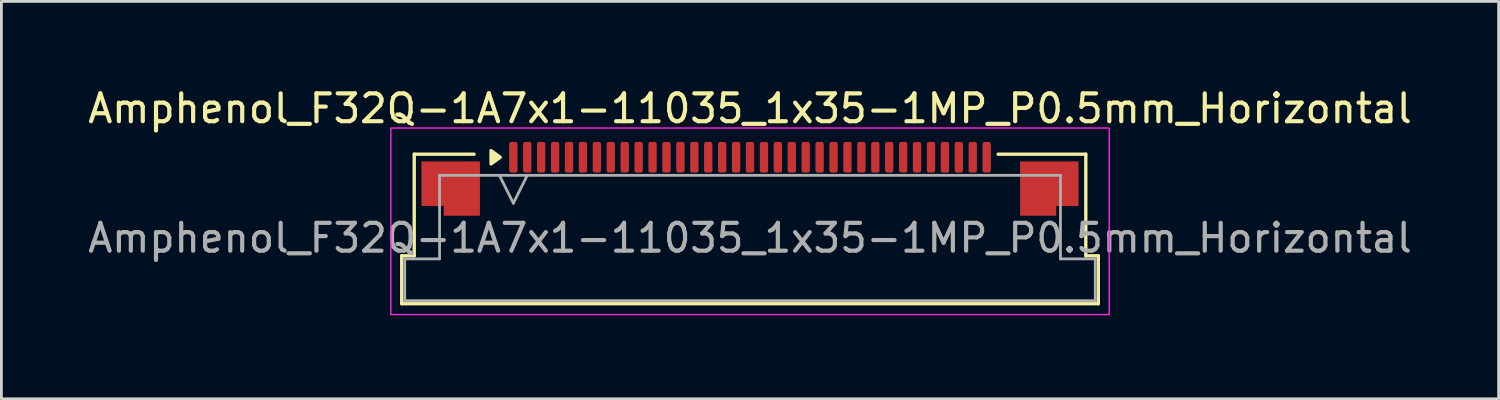
<source format=kicad_pcb>
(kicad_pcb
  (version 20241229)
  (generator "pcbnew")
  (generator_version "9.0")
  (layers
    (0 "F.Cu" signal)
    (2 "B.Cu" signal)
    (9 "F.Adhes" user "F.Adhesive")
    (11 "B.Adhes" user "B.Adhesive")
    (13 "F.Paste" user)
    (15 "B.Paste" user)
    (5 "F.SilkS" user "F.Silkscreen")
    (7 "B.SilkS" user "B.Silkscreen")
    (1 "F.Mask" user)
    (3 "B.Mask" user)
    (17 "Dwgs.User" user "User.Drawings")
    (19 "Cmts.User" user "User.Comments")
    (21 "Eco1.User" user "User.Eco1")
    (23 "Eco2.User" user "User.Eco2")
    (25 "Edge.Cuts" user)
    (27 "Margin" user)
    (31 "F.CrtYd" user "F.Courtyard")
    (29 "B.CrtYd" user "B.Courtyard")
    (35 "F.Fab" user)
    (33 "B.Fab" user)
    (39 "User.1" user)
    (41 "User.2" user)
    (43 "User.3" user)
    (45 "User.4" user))
  (footprint "Amphenol_F32Q-1A7x1-11035_1x35-1MP_P0.5mm_Horizontal"
    (layer "F.Cu")
    (at 23.887 5.498)
    (property "Reference" "Amphenol_F32Q-1A7x1-11035_1x35-1MP_P0.5mm_Horizontal" (at 0 -4.65 0) (layer "F.SilkS") (effects (font (size 1 1) (thickness 0.15))))
    (attr smd)
    (fp_line (start -12.51 0.64) (end -12.06 0.64) (stroke (width 0.12) (type solid)) (layer "F.SilkS"))
    (fp_line (start -12.51 2.36) (end -12.51 0.64) (stroke (width 0.12) (type solid)) (layer "F.SilkS"))
    (fp_line (start -12.06 -3.01) (end -9.91 -3.01) (stroke (width 0.12) (type solid)) (layer "F.SilkS"))
    (fp_line (start -12.06 0.64) (end -12.06 -3.01) (stroke (width 0.12) (type solid)) (layer "F.SilkS"))
    (fp_line (start 8.91 -3.01) (end 12.06 -3.01) (stroke (width 0.12) (type solid)) (layer "F.SilkS"))
    (fp_line (start 12.06 -3.01) (end 12.06 0.64) (stroke (width 0.12) (type solid)) (layer "F.SilkS"))
    (fp_line (start 12.06 0.64) (end 12.51 0.64) (stroke (width 0.12) (type solid)) (layer "F.SilkS"))
    (fp_line (start 12.51 0.64) (end 12.51 2.36) (stroke (width 0.12) (type solid)) (layer "F.SilkS"))
    (fp_line (start 12.51 2.36) (end -12.51 2.36) (stroke (width 0.12) (type solid)) (layer "F.SilkS"))
    (fp_poly (pts (xy -8.97 -2.9) (xy -9.3 -2.66) (xy -9.3 -3.14)) (stroke (width 0.12) (type solid)) (fill yes) (layer "F.SilkS"))
    (fp_rect (start -12.9 -3.95) (end 12.9 2.75) (stroke (width 0.05) (type solid)) (fill no) (layer "F.CrtYd"))
    (fp_line (start -12.4 0.75) (end -11.15 0.75) (stroke (width 0.1) (type solid)) (layer "F.Fab"))
    (fp_line (start -12.4 2.25) (end -12.4 0.75) (stroke (width 0.1) (type solid)) (layer "F.Fab"))
    (fp_line (start -11.15 -2.25) (end 11.15 -2.25) (stroke (width 0.1) (type solid)) (layer "F.Fab"))
    (fp_line (start -11.15 0.75) (end -11.15 -2.25) (stroke (width 0.1) (type solid)) (layer "F.Fab"))
    (fp_line (start -9 -2.25) (end -8.5 -1.25) (stroke (width 0.1) (type solid)) (layer "F.Fab"))
    (fp_line (start -8.5 -1.25) (end -8 -2.25) (stroke (width 0.1) (type solid)) (layer "F.Fab"))
    (fp_line (start 11.15 -2.25) (end 11.15 0.75) (stroke (width 0.1) (type solid)) (layer "F.Fab"))
    (fp_line (start 11.15 0.75) (end 12.4 0.75) (stroke (width 0.1) (type solid)) (layer "F.Fab"))
    (fp_line (start 12.4 0.75) (end 12.4 2.25) (stroke (width 0.1) (type solid)) (layer "F.Fab"))
    (fp_line (start 12.4 2.25) (end -12.4 2.25) (stroke (width 0.1) (type solid)) (layer "F.Fab"))
    (fp_text user "${REFERENCE}" (at 0 0 0) (layer "F.Fab") (effects (font (size 1 1) (thickness 0.15))))
    (pad "1" smd roundrect (at -8.5 -2.9) (size 0.3 1.1) (layers "F.Cu" "F.Mask" "F.Paste") (roundrect_rratio 0.25))
    (pad "2" smd roundrect (at -8 -2.9) (size 0.3 1.1) (layers "F.Cu" "F.Mask" "F.Paste") (roundrect_rratio 0.25))
    (pad "3" smd roundrect (at -7.5 -2.9) (size 0.3 1.1) (layers "F.Cu" "F.Mask" "F.Paste") (roundrect_rratio 0.25))
    (pad "4" smd roundrect (at -7 -2.9) (size 0.3 1.1) (layers "F.Cu" "F.Mask" "F.Paste") (roundrect_rratio 0.25))
    (pad "5" smd roundrect (at -6.5 -2.9) (size 0.3 1.1) (layers "F.Cu" "F.Mask" "F.Paste") (roundrect_rratio 0.25))
    (pad "6" smd roundrect (at -6 -2.9) (size 0.3 1.1) (layers "F.Cu" "F.Mask" "F.Paste") (roundrect_rratio 0.25))
    (pad "7" smd roundrect (at -5.5 -2.9) (size 0.3 1.1) (layers "F.Cu" "F.Mask" "F.Paste") (roundrect_rratio 0.25))
    (pad "8" smd roundrect (at -5 -2.9) (size 0.3 1.1) (layers "F.Cu" "F.Mask" "F.Paste") (roundrect_rratio 0.25))
    (pad "9" smd roundrect (at -4.5 -2.9) (size 0.3 1.1) (layers "F.Cu" "F.Mask" "F.Paste") (roundrect_rratio 0.25))
    (pad "10" smd roundrect (at -4 -2.9) (size 0.3 1.1) (layers "F.Cu" "F.Mask" "F.Paste") (roundrect_rratio 0.25))
    (pad "11" smd roundrect (at -3.5 -2.9) (size 0.3 1.1) (layers "F.Cu" "F.Mask" "F.Paste") (roundrect_rratio 0.25))
    (pad "12" smd roundrect (at -3 -2.9) (size 0.3 1.1) (layers "F.Cu" "F.Mask" "F.Paste") (roundrect_rratio 0.25))
    (pad "13" smd roundrect (at -2.5 -2.9) (size 0.3 1.1) (layers "F.Cu" "F.Mask" "F.Paste") (roundrect_rratio 0.25))
    (pad "14" smd roundrect (at -2 -2.9) (size 0.3 1.1) (layers "F.Cu" "F.Mask" "F.Paste") (roundrect_rratio 0.25))
    (pad "15" smd roundrect (at -1.5 -2.9) (size 0.3 1.1) (layers "F.Cu" "F.Mask" "F.Paste") (roundrect_rratio 0.25))
    (pad "16" smd roundrect (at -1 -2.9) (size 0.3 1.1) (layers "F.Cu" "F.Mask" "F.Paste") (roundrect_rratio 0.25))
    (pad "17" smd roundrect (at -0.5 -2.9) (size 0.3 1.1) (layers "F.Cu" "F.Mask" "F.Paste") (roundrect_rratio 0.25))
    (pad "18" smd roundrect (at 0 -2.9) (size 0.3 1.1) (layers "F.Cu" "F.Mask" "F.Paste") (roundrect_rratio 0.25))
    (pad "19" smd roundrect (at 0.5 -2.9) (size 0.3 1.1) (layers "F.Cu" "F.Mask" "F.Paste") (roundrect_rratio 0.25))
    (pad "20" smd roundrect (at 1 -2.9) (size 0.3 1.1) (layers "F.Cu" "F.Mask" "F.Paste") (roundrect_rratio 0.25))
    (pad "21" smd roundrect (at 1.5 -2.9) (size 0.3 1.1) (layers "F.Cu" "F.Mask" "F.Paste") (roundrect_rratio 0.25))
    (pad "22" smd roundrect (at 2 -2.9) (size 0.3 1.1) (layers "F.Cu" "F.Mask" "F.Paste") (roundrect_rratio 0.25))
    (pad "23" smd roundrect (at 2.5 -2.9) (size 0.3 1.1) (layers "F.Cu" "F.Mask" "F.Paste") (roundrect_rratio 0.25))
    (pad "24" smd roundrect (at 3 -2.9) (size 0.3 1.1) (layers "F.Cu" "F.Mask" "F.Paste") (roundrect_rratio 0.25))
    (pad "25" smd roundrect (at 3.5 -2.9) (size 0.3 1.1) (layers "F.Cu" "F.Mask" "F.Paste") (roundrect_rratio 0.25))
    (pad "26" smd roundrect (at 4 -2.9) (size 0.3 1.1) (layers "F.Cu" "F.Mask" "F.Paste") (roundrect_rratio 0.25))
    (pad "27" smd roundrect (at 4.5 -2.9) (size 0.3 1.1) (layers "F.Cu" "F.Mask" "F.Paste") (roundrect_rratio 0.25))
    (pad "28" smd roundrect (at 5 -2.9) (size 0.3 1.1) (layers "F.Cu" "F.Mask" "F.Paste") (roundrect_rratio 0.25))
    (pad "29" smd roundrect (at 5.5 -2.9) (size 0.3 1.1) (layers "F.Cu" "F.Mask" "F.Paste") (roundrect_rratio 0.25))
    (pad "30" smd roundrect (at 6 -2.9) (size 0.3 1.1) (layers "F.Cu" "F.Mask" "F.Paste") (roundrect_rratio 0.25))
    (pad "31" smd roundrect (at 6.5 -2.9) (size 0.3 1.1) (layers "F.Cu" "F.Mask" "F.Paste") (roundrect_rratio 0.25))
    (pad "32" smd roundrect (at 7 -2.9) (size 0.3 1.1) (layers "F.Cu" "F.Mask" "F.Paste") (roundrect_rratio 0.25))
    (pad "33" smd roundrect (at 7.5 -2.9) (size 0.3 1.1) (layers "F.Cu" "F.Mask" "F.Paste") (roundrect_rratio 0.25))
    (pad "34" smd roundrect (at 8 -2.9) (size 0.3 1.1) (layers "F.Cu" "F.Mask" "F.Paste") (roundrect_rratio 0.25))
    (pad "35" smd roundrect (at 8.5 -2.9) (size 0.3 1.1) (layers "F.Cu" "F.Mask" "F.Paste") (roundrect_rratio 0.25))
    (pad "MP" smd custom (at -10.75 -1.775) (size 1 1) (layers "F.Cu" "F.Mask" "F.Paste") (options (anchor circle)) (primitives (gr_poly (pts (xy 1.05 -0.975) (xy 1.05 0.975) (xy -0.25 0.975) (xy -0.25 0.625) (xy -1.05 0.625) (xy -1.05 -0.975)) (width 0) (fill yes))))
    (pad "MP" smd custom (at 10.75 -1.775) (size 1 1) (layers "F.Cu" "F.Mask" "F.Paste") (options (anchor circle)) (primitives (gr_poly (pts (xy -1.05 -0.975) (xy -1.05 0.975) (xy 0.25 0.975) (xy 0.25 0.625) (xy 1.05 0.625) (xy 1.05 -0.975)) (width 0) (fill yes)))))
  (gr_rect
    (start -3 -3)
    (end 50.774 11.273)
    (stroke (width 0.1) (type default))
    (fill no)
    (layer "Edge.Cuts")))
</source>
